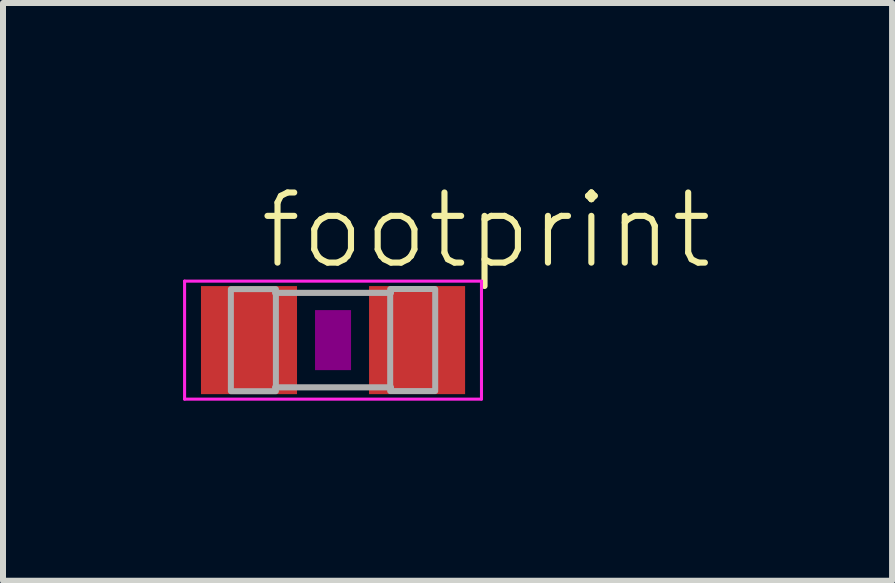
<source format=kicad_pcb>
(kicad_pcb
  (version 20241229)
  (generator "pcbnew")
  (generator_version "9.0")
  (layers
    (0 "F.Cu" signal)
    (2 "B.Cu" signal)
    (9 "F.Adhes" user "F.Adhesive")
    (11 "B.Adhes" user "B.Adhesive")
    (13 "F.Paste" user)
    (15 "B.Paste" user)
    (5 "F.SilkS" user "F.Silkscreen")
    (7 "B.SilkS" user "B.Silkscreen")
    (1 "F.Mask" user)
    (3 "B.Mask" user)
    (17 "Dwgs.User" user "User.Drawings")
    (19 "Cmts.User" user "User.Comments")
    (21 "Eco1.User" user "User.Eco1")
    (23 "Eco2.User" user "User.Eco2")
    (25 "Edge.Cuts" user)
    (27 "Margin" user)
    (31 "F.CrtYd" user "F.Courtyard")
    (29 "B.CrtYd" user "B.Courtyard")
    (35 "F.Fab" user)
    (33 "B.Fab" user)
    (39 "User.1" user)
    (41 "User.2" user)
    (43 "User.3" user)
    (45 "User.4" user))
  (footprint "footprint"
    (layer "F.Cu")
    (at 2.498 2.616)
    (property "Reference" "footprint" (at -1.27 -1.143 0) (layer "F.SilkS") (effects (font (size 1.168 1.168) (thickness 0.102)) (justify left bottom)))
    (fp_poly (pts (xy -0.3 0.5) (xy 0.3 0.5) (xy 0.3 -0.5) (xy -0.3 -0.5)) (stroke (width 0) (type solid)) (fill yes) (layer "F.Adhes"))
    (fp_line (start -2.473 -0.983) (end 2.473 -0.983) (stroke (width 0.051) (type solid)) (layer "F.CrtYd"))
    (fp_line (start -2.473 0.983) (end -2.473 -0.983) (stroke (width 0.051) (type solid)) (layer "F.CrtYd"))
    (fp_line (start 2.473 -0.983) (end 2.473 0.983) (stroke (width 0.051) (type solid)) (layer "F.CrtYd"))
    (fp_line (start 2.473 0.983) (end -2.473 0.983) (stroke (width 0.051) (type solid)) (layer "F.CrtYd"))
    (fp_line (start -0.965 -0.787) (end 0.965 -0.787) (stroke (width 0.102) (type solid)) (layer "F.Fab"))
    (fp_line (start -0.965 0.787) (end 0.965 0.787) (stroke (width 0.102) (type solid)) (layer "F.Fab"))
    (fp_poly (pts (xy -1.702 0.851) (xy -0.952 0.851) (xy -0.952 -0.849) (xy -1.702 -0.849)) (stroke (width 0.1) (type solid)) (fill no) (layer "F.Fab"))
    (fp_poly (pts (xy 0.952 0.849) (xy 1.702 0.849) (xy 1.702 -0.851) (xy 0.952 -0.851)) (stroke (width 0.1) (type solid)) (fill no) (layer "F.Fab"))
    (pad "1" smd rect (at -1.4 0) (size 1.6 1.8) (layers "F.Cu" "F.Mask" "F.Paste"))
    (pad "2" smd rect (at 1.4 0) (size 1.6 1.8) (layers "F.Cu" "F.Mask" "F.Paste")))
  (gr_rect
    (start -3 -3)
    (end 11.811 6.625)
    (stroke (width 0.1) (type default))
    (fill no)
    (layer "Edge.Cuts")))
</source>
